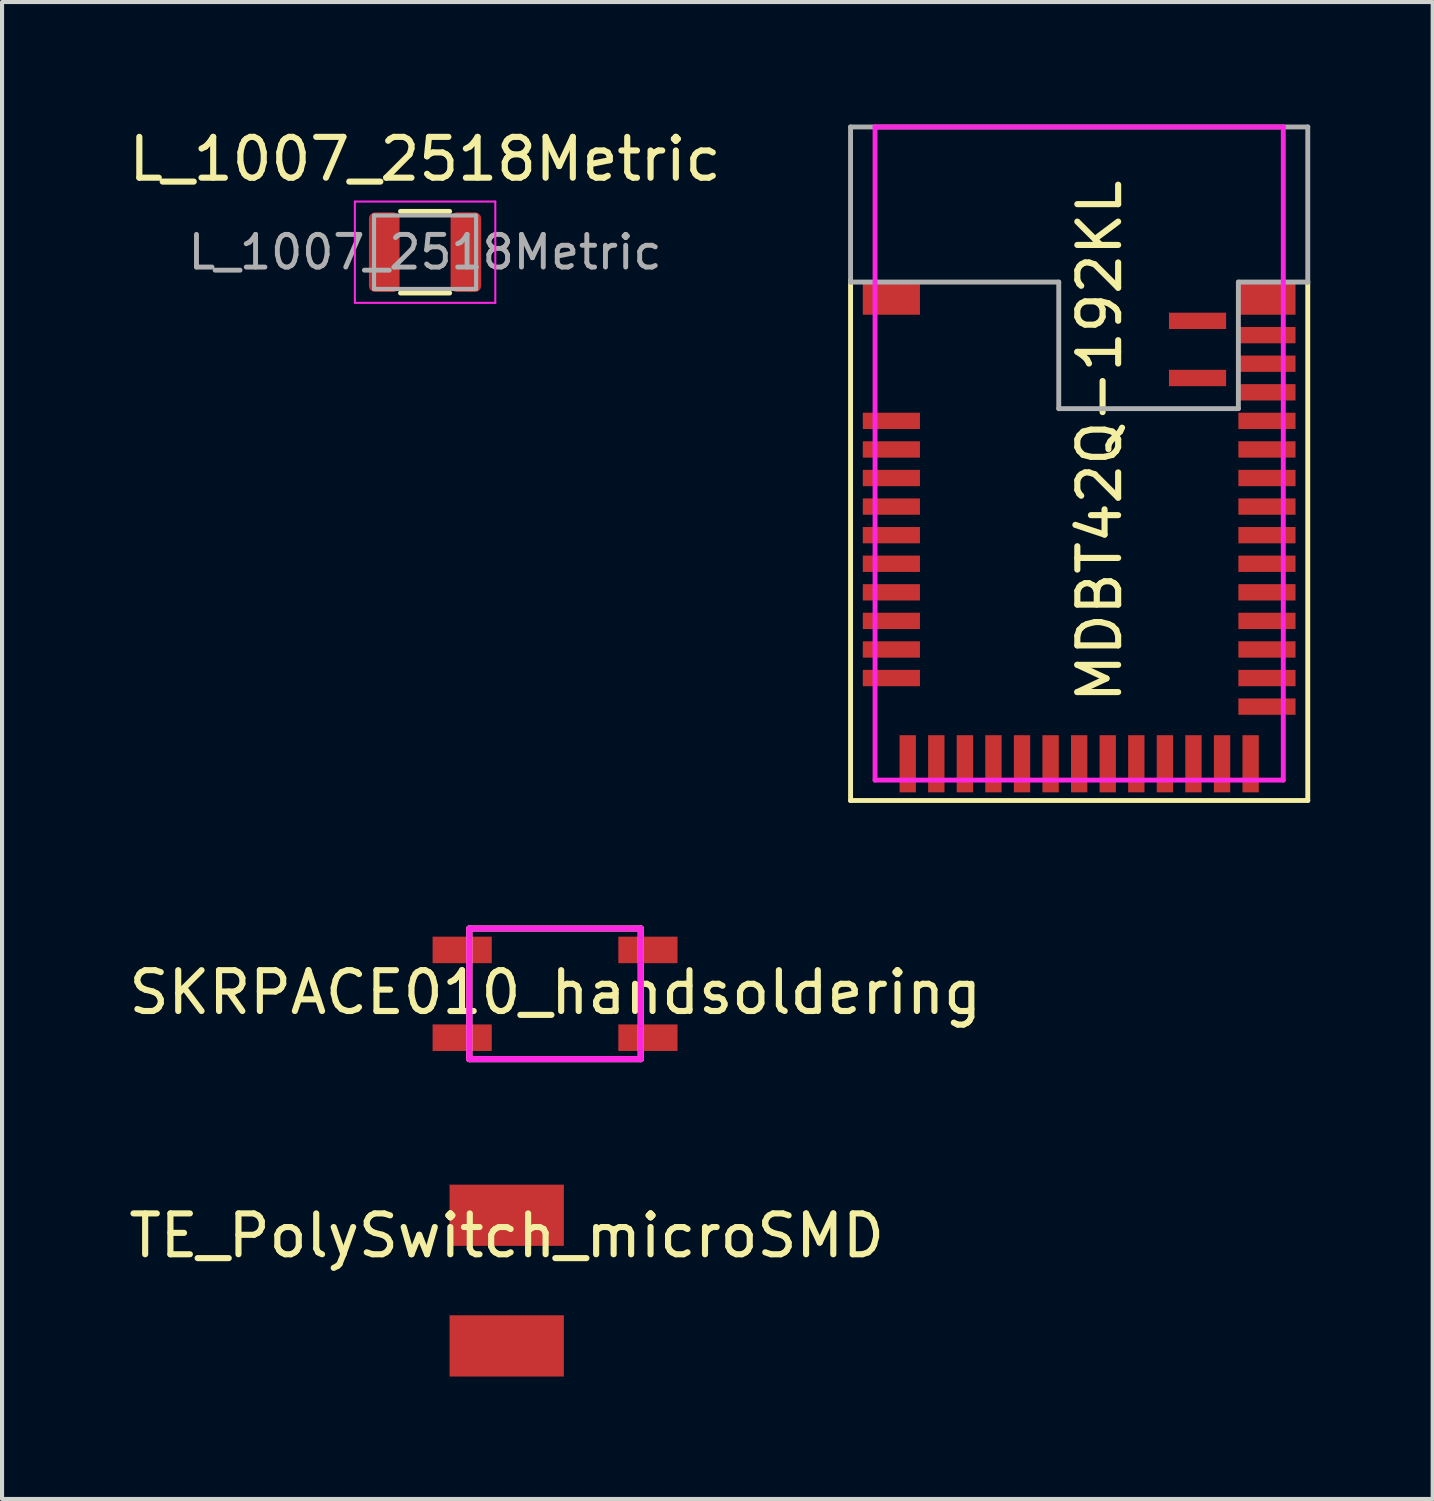
<source format=kicad_pcb>
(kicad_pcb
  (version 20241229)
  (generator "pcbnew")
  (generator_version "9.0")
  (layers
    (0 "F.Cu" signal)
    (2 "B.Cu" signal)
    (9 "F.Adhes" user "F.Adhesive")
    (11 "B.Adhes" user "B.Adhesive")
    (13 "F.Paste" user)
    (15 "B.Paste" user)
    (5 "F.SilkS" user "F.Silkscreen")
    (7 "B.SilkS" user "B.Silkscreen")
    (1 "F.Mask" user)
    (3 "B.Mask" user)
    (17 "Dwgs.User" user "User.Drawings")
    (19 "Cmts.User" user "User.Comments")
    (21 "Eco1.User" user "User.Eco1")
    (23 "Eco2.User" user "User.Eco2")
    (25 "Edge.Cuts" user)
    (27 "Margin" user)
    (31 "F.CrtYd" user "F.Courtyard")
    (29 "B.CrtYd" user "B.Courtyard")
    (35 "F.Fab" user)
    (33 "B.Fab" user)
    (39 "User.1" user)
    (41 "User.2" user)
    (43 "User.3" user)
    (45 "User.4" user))
  (footprint "SKRPACE010_handsoldering"
    (layer "F.Cu")
    (at 10.547 21.295)
    (property "Reference" "SKRPACE010_handsoldering" (at 0.007 -0.034 0) (layer "F.SilkS") (effects (font (size 1 1) (thickness 0.15))))
    (attr smd)
    (fp_line (start -2.1 -1.6) (end -2.1 1.6) (stroke (width 0.15) (type solid)) (layer "F.SilkS"))
    (fp_line (start -2.1 1.6) (end 2.1 1.6) (stroke (width 0.15) (type solid)) (layer "F.SilkS"))
    (fp_line (start 2.1 -1.6) (end -2.1 -1.6) (stroke (width 0.15) (type solid)) (layer "F.SilkS"))
    (fp_line (start 2.1 1.6) (end 2.1 -1.6) (stroke (width 0.15) (type solid)) (layer "F.SilkS"))
    (fp_line (start -2.1 -1.6) (end 2.1 -1.6) (stroke (width 0.15) (type solid)) (layer "F.CrtYd"))
    (fp_line (start -2.1 1.6) (end -2.1 -1.6) (stroke (width 0.15) (type solid)) (layer "F.CrtYd"))
    (fp_line (start 2.1 -1.6) (end 2.1 1.6) (stroke (width 0.15) (type solid)) (layer "F.CrtYd"))
    (fp_line (start 2.1 1.6) (end -2.1 1.6) (stroke (width 0.15) (type solid)) (layer "F.CrtYd"))
    (pad "1" smd rect (at -2.275 -1.075) (size 1.45 0.65) (layers "F.Cu" "F.Mask" "F.Paste"))
    (pad "2" smd rect (at -2.275 1.075) (size 1.45 0.65) (layers "F.Cu" "F.Mask" "F.Paste"))
    (pad "3" smd rect (at 2.275 -1.075) (size 1.45 0.65) (layers "F.Cu" "F.Mask" "F.Paste"))
    (pad "4" smd rect (at 2.275 1.075) (size 1.45 0.65) (layers "F.Cu" "F.Mask" "F.Paste")))
  (footprint "TE_PolySwitch_microSMD"
    (layer "F.Cu")
    (at 9.363 26.72)
    (property "Reference" "TE_PolySwitch_microSMD" (at 0 0.5 0) (layer "F.SilkS") (effects (font (size 1 1) (thickness 0.15))))
    (attr through_hole)
    (pad "1" smd rect (at 0 0) (size 2.8 1.5) (layers "F.Cu" "F.Mask" "F.Paste"))
    (pad "2" smd rect (at 0 3.2) (size 2.8 1.5) (layers "F.Cu" "F.Mask" "F.Paste")))
  (footprint "MDBT42Q-192KL"
    (layer "F.Cu")
    (at 23.386 8.06)
    (property "Reference" "MDBT42Q-192KL" (at 0.5 -0.3 90) (layer "F.SilkS") (effects (font (size 1 1) (thickness 0.15))))
    (attr through_hole)
    (fp_line (start -5.6 -4.25) (end -5.6 8.5) (stroke (width 0.12) (type solid)) (layer "F.SilkS"))
    (fp_line (start 5.6 -4.2) (end 5.6 8.5) (stroke (width 0.12) (type solid)) (layer "F.SilkS"))
    (fp_line (start 5.6 8.5) (end -5.6 8.5) (stroke (width 0.12) (type solid)) (layer "F.SilkS"))
    (fp_line (start -5 -8) (end 5 -8) (stroke (width 0.12) (type solid)) (layer "F.CrtYd"))
    (fp_line (start -5 8) (end -5 -8) (stroke (width 0.12) (type solid)) (layer "F.CrtYd"))
    (fp_line (start 5 -8) (end 5 8) (stroke (width 0.12) (type solid)) (layer "F.CrtYd"))
    (fp_line (start 5 8) (end -5 8) (stroke (width 0.12) (type solid)) (layer "F.CrtYd"))
    (fp_line (start -5.6 -8) (end -5.6 -4.2) (stroke (width 0.12) (type solid)) (layer "F.Fab"))
    (fp_line (start -0.5 -4.2) (end -5.6 -4.2) (stroke (width 0.12) (type solid)) (layer "F.Fab"))
    (fp_line (start -0.5 -4.2) (end -0.5 -1.1) (stroke (width 0.12) (type solid)) (layer "F.Fab"))
    (fp_line (start 3.9 -4.2) (end 5.6 -4.2) (stroke (width 0.12) (type solid)) (layer "F.Fab"))
    (fp_line (start 3.9 -1.1) (end -0.5 -1.1) (stroke (width 0.12) (type solid)) (layer "F.Fab"))
    (fp_line (start 3.9 -1.1) (end 3.9 -4.2) (stroke (width 0.12) (type solid)) (layer "F.Fab"))
    (fp_line (start 5.6 -8) (end -5.6 -8) (stroke (width 0.12) (type solid)) (layer "F.Fab"))
    (fp_line (start 5.6 -4.2) (end 5.6 -8) (stroke (width 0.12) (type solid)) (layer "F.Fab"))
    (pad "1" smd rect (at -4.6 -3.8) (size 1.4 0.8) (layers "F.Cu" "F.Mask" "F.Paste"))
    (pad "2" smd rect (at -4.6 -0.8) (size 1.4 0.4) (layers "F.Cu" "F.Mask" "F.Paste"))
    (pad "3" smd rect (at -4.6 -0.1) (size 1.4 0.4) (layers "F.Cu" "F.Mask" "F.Paste"))
    (pad "4" smd rect (at -4.6 0.6) (size 1.4 0.4) (layers "F.Cu" "F.Mask" "F.Paste"))
    (pad "5" smd rect (at -4.6 1.3) (size 1.4 0.4) (layers "F.Cu" "F.Mask" "F.Paste"))
    (pad "6" smd rect (at -4.6 2) (size 1.4 0.4) (layers "F.Cu" "F.Mask" "F.Paste"))
    (pad "7" smd rect (at -4.6 2.7) (size 1.4 0.4) (layers "F.Cu" "F.Mask" "F.Paste"))
    (pad "8" smd rect (at -4.6 3.4) (size 1.4 0.4) (layers "F.Cu" "F.Mask" "F.Paste"))
    (pad "9" smd rect (at -4.6 4.1) (size 1.4 0.4) (layers "F.Cu" "F.Mask" "F.Paste"))
    (pad "10" smd rect (at -4.6 4.8) (size 1.4 0.4) (layers "F.Cu" "F.Mask" "F.Paste"))
    (pad "11" smd rect (at -4.6 5.5) (size 1.4 0.4) (layers "F.Cu" "F.Mask" "F.Paste"))
    (pad "12" smd rect (at -4.2 7.6) (size 0.4 1.4) (layers "F.Cu" "F.Mask" "F.Paste"))
    (pad "13" smd rect (at -3.5 7.6) (size 0.4 1.4) (layers "F.Cu" "F.Mask" "F.Paste"))
    (pad "14" smd rect (at -2.8 7.6) (size 0.4 1.4) (layers "F.Cu" "F.Mask" "F.Paste"))
    (pad "15" smd rect (at -2.1 7.6) (size 0.4 1.4) (layers "F.Cu" "F.Mask" "F.Paste"))
    (pad "16" smd rect (at -1.4 7.6) (size 0.4 1.4) (layers "F.Cu" "F.Mask" "F.Paste"))
    (pad "17" smd rect (at -0.7 7.6) (size 0.4 1.4) (layers "F.Cu" "F.Mask" "F.Paste"))
    (pad "18" smd rect (at 0 7.6) (size 0.4 1.4) (layers "F.Cu" "F.Mask" "F.Paste"))
    (pad "19" smd rect (at 0.7 7.6) (size 0.4 1.4) (layers "F.Cu" "F.Mask" "F.Paste"))
    (pad "20" smd rect (at 1.4 7.6) (size 0.4 1.4) (layers "F.Cu" "F.Mask" "F.Paste"))
    (pad "21" smd rect (at 2.1 7.6) (size 0.4 1.4) (layers "F.Cu" "F.Mask" "F.Paste"))
    (pad "22" smd rect (at 2.8 7.6) (size 0.4 1.4) (layers "F.Cu" "F.Mask" "F.Paste"))
    (pad "23" smd rect (at 3.5 7.6) (size 0.4 1.4) (layers "F.Cu" "F.Mask" "F.Paste"))
    (pad "24" smd rect (at 4.2 7.6) (size 0.4 1.4) (layers "F.Cu" "F.Mask" "F.Paste"))
    (pad "25" smd rect (at 4.6 6.2) (size 1.4 0.4) (layers "F.Cu" "F.Mask" "F.Paste"))
    (pad "26" smd rect (at 4.6 5.5) (size 1.4 0.4) (layers "F.Cu" "F.Mask" "F.Paste"))
    (pad "27" smd rect (at 4.6 4.8) (size 1.4 0.4) (layers "F.Cu" "F.Mask" "F.Paste"))
    (pad "28" smd rect (at 4.6 4.1) (size 1.4 0.4) (layers "F.Cu" "F.Mask" "F.Paste"))
    (pad "29" smd rect (at 4.6 3.4) (size 1.4 0.4) (layers "F.Cu" "F.Mask" "F.Paste"))
    (pad "30" smd rect (at 4.6 2.7) (size 1.4 0.4) (layers "F.Cu" "F.Mask" "F.Paste"))
    (pad "31" smd rect (at 4.6 2) (size 1.4 0.4) (layers "F.Cu" "F.Mask" "F.Paste"))
    (pad "32" smd rect (at 4.6 1.3) (size 1.4 0.4) (layers "F.Cu" "F.Mask" "F.Paste"))
    (pad "33" smd rect (at 4.6 0.6) (size 1.4 0.4) (layers "F.Cu" "F.Mask" "F.Paste"))
    (pad "34" smd rect (at 4.6 -0.1) (size 1.4 0.4) (layers "F.Cu" "F.Mask" "F.Paste"))
    (pad "35" smd rect (at 4.6 -0.8) (size 1.4 0.4) (layers "F.Cu" "F.Mask" "F.Paste"))
    (pad "36" smd rect (at 4.6 -1.5) (size 1.4 0.4) (layers "F.Cu" "F.Mask" "F.Paste"))
    (pad "37" smd rect (at 4.6 -2.2) (size 1.4 0.4) (layers "F.Cu" "F.Mask" "F.Paste"))
    (pad "38" smd rect (at 4.6 -2.9) (size 1.4 0.4) (layers "F.Cu" "F.Mask" "F.Paste"))
    (pad "39" smd rect (at 4.6 -3.8) (size 1.4 0.8) (layers "F.Cu" "F.Mask" "F.Paste"))
    (pad "40" smd rect (at 2.9 -3.25) (size 1.4 0.4) (layers "F.Cu" "F.Mask" "F.Paste"))
    (pad "41" smd rect (at 2.9 -1.85) (size 1.4 0.4) (layers "F.Cu" "F.Mask" "F.Paste")))
  (footprint "L_1007_2518Metric"
    (layer "F.Cu")
    (at 7.363 3.128)
    (property "Reference" "L_1007_2518Metric" (at 0 -2.28 0) (layer "F.SilkS") (effects (font (size 1 1) (thickness 0.15))))
    (attr smd)
    (fp_line (start -0.602 -1) (end 0.602 -1) (stroke (width 0.12) (type solid)) (layer "F.SilkS"))
    (fp_line (start -0.602 1) (end 0.602 1) (stroke (width 0.12) (type solid)) (layer "F.SilkS"))
    (fp_line (start -1.72 -1.24) (end 1.72 -1.24) (stroke (width 0.05) (type solid)) (layer "F.CrtYd"))
    (fp_line (start -1.72 1.24) (end -1.72 -1.24) (stroke (width 0.05) (type solid)) (layer "F.CrtYd"))
    (fp_line (start 1.72 -1.24) (end 1.72 1.24) (stroke (width 0.05) (type solid)) (layer "F.CrtYd"))
    (fp_line (start 1.72 1.24) (end -1.72 1.24) (stroke (width 0.05) (type solid)) (layer "F.CrtYd"))
    (fp_line (start -1.25 -0.9) (end 1.25 -0.9) (stroke (width 0.1) (type solid)) (layer "F.Fab"))
    (fp_line (start -1.25 0.9) (end -1.25 -0.9) (stroke (width 0.1) (type solid)) (layer "F.Fab"))
    (fp_line (start 1.25 -0.9) (end 1.25 0.9) (stroke (width 0.1) (type solid)) (layer "F.Fab"))
    (fp_line (start 1.25 0.9) (end -1.25 0.9) (stroke (width 0.1) (type solid)) (layer "F.Fab"))
    (fp_text user "${REFERENCE}" (at 0 0 0) (layer "F.Fab") (effects (font (size 0.8 0.8) (thickness 0.12))))
    (pad "1" smd roundrect (at -1 0) (size 0.75 1.95) (layers "F.Cu" "F.Mask" "F.Paste") (roundrect_rratio 0.2))
    (pad "2" smd roundrect (at 1 0) (size 0.75 1.95) (layers "F.Cu" "F.Mask" "F.Paste") (roundrect_rratio 0.2)))
  (gr_rect
    (start -3 -3)
    (end 32.046 33.67)
    (stroke (width 0.1) (type default))
    (fill no)
    (layer "Edge.Cuts")))
</source>
